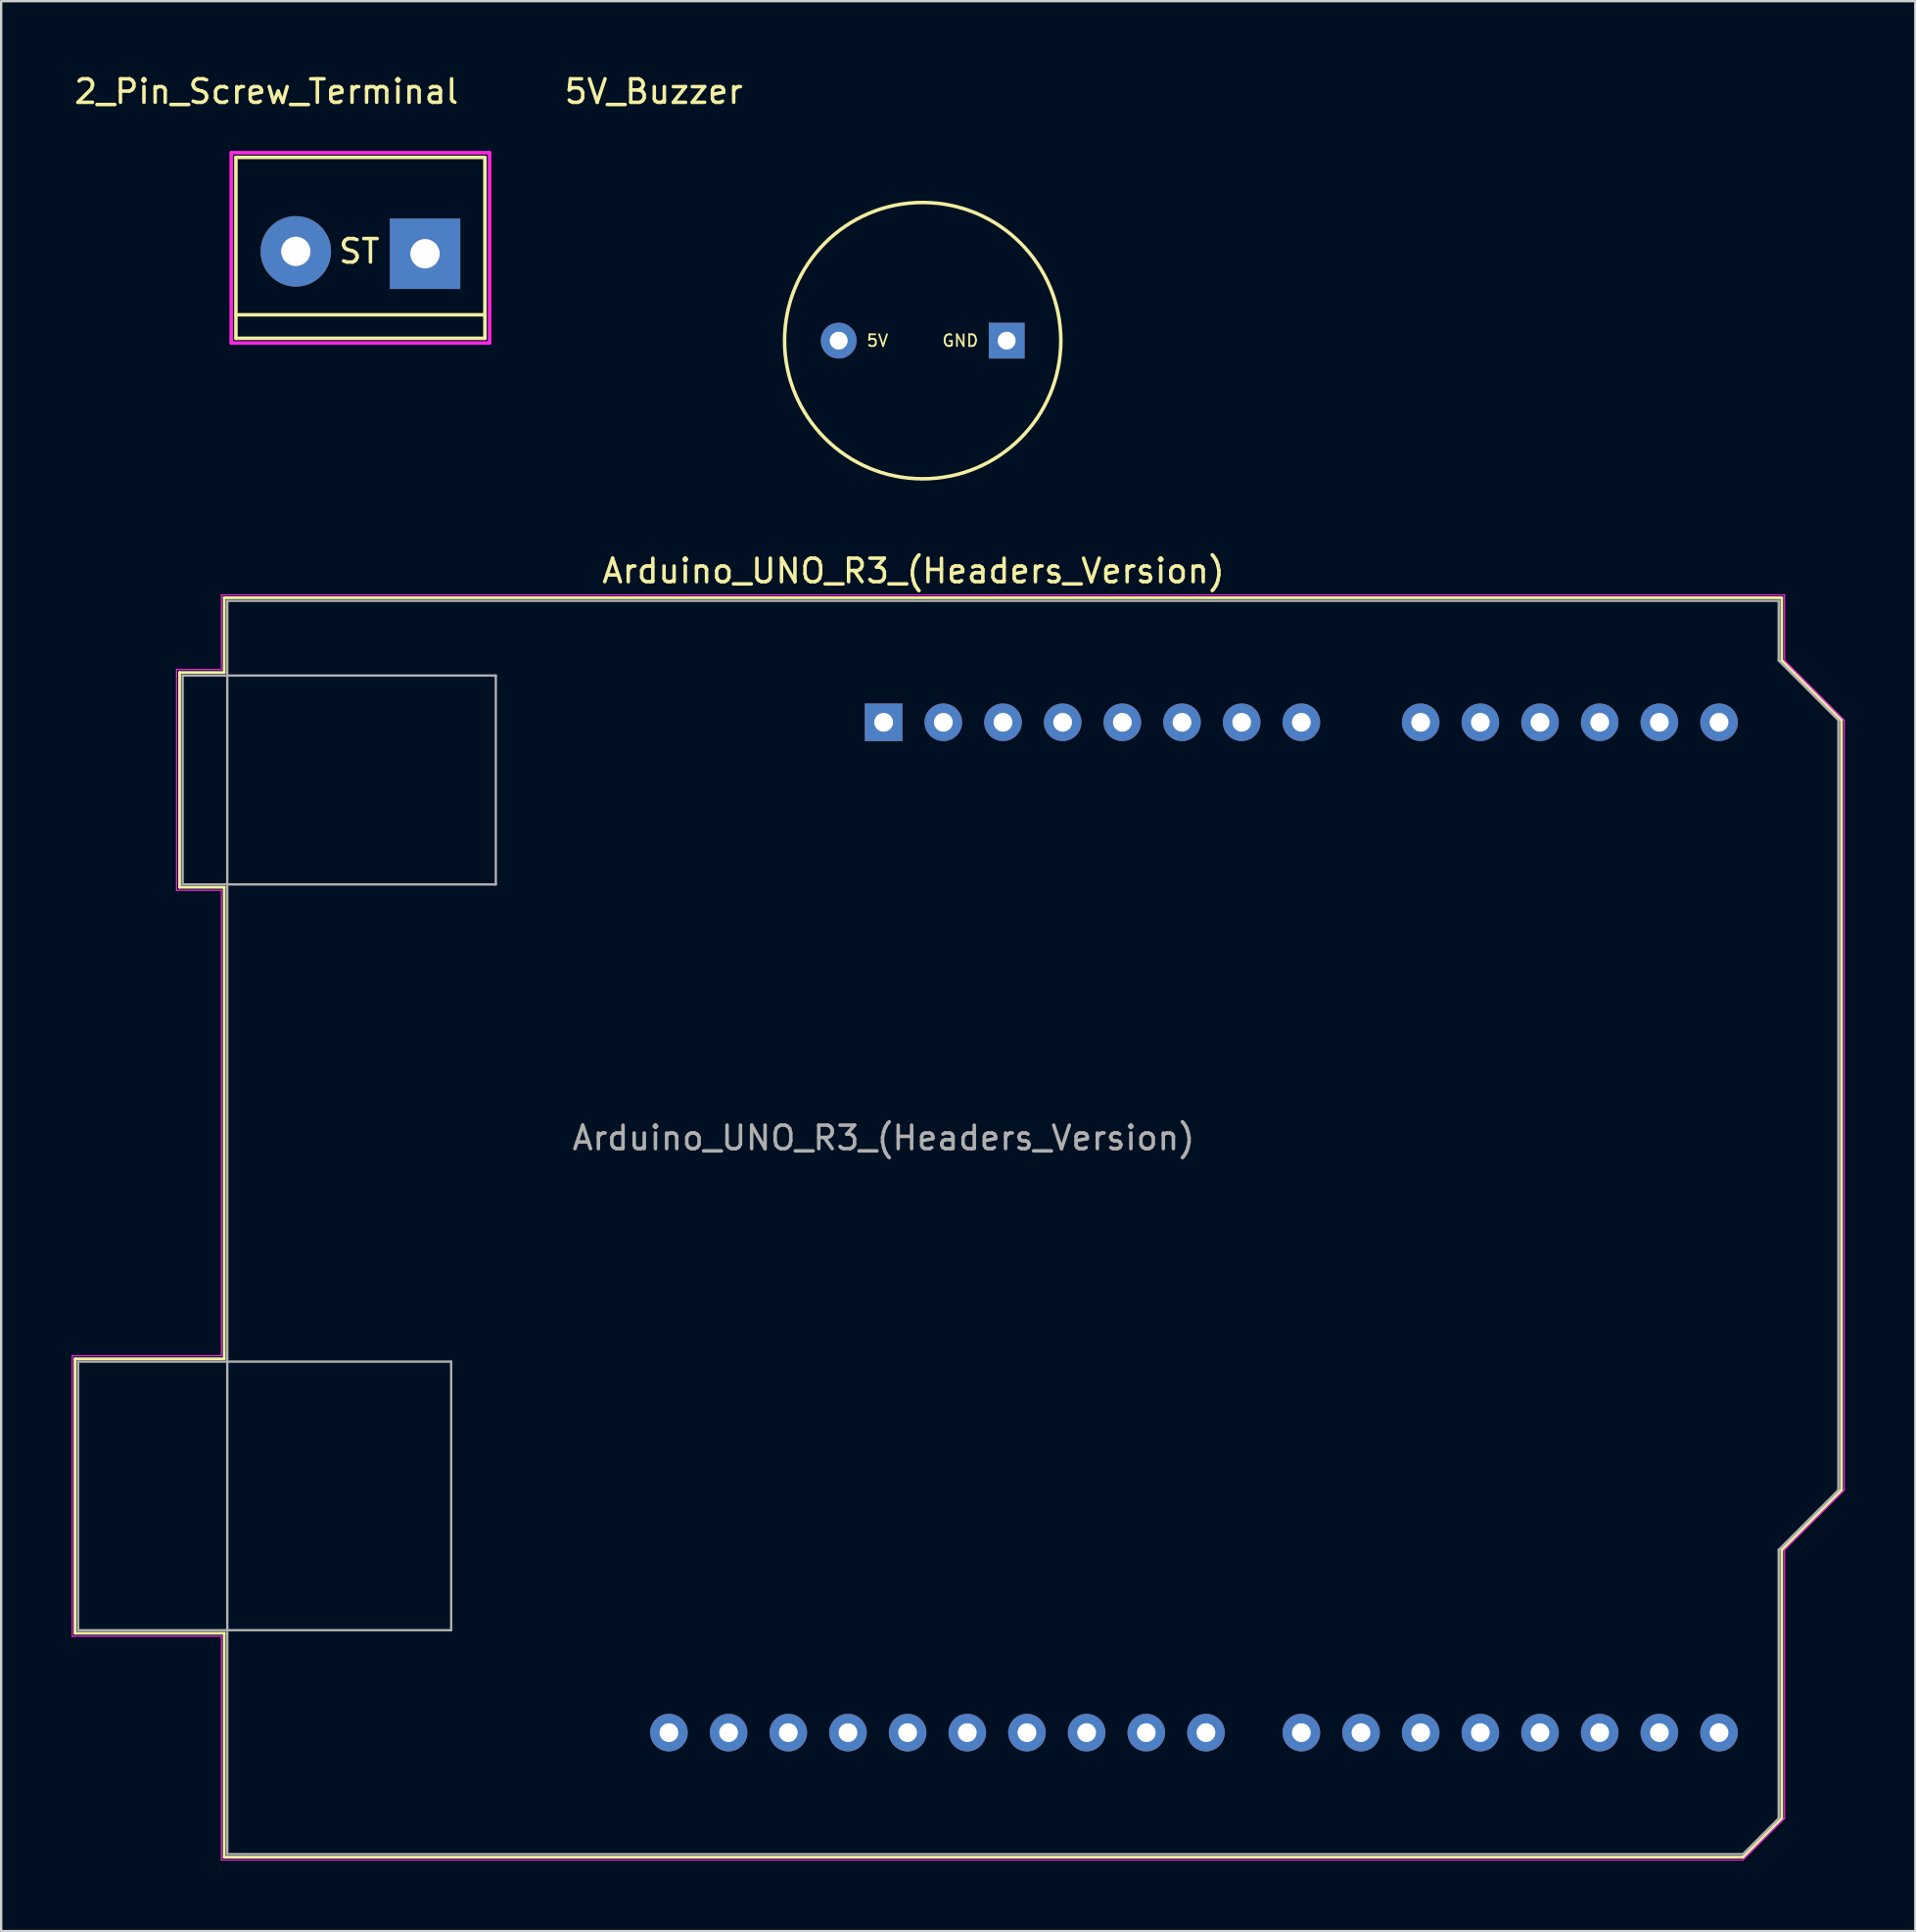
<source format=kicad_pcb>
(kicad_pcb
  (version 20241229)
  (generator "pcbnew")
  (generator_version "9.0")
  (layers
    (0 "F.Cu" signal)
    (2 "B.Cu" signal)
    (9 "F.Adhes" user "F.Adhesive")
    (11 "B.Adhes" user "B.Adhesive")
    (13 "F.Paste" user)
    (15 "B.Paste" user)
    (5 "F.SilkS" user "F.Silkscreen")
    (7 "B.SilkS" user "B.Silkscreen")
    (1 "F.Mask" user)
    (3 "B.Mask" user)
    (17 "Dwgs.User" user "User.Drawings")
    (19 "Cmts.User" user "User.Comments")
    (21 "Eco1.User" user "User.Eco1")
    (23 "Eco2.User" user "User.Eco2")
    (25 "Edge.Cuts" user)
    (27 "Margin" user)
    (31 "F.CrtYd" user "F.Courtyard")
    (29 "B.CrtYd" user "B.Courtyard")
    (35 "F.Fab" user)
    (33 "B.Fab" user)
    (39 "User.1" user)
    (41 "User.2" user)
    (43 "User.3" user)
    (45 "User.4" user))
  (footprint "5V_Buzzer"
    (layer "F.Cu")
    (at 36.227 11.448)
    (property "Reference" "5V_Buzzer" (at -11.45 -10.6 0) (layer "F.SilkS") (effects (font (size 1 1) (thickness 0.15))))
    (attr through_hole)
    (fp_circle (center 0 0) (end 5.88 0) (stroke (width 0.15) (type solid)) (fill no) (layer "F.SilkS"))
    (fp_text user "GND" (at 1.6 0 0) (layer "F.SilkS") (effects (font (size 0.5 0.5) (thickness 0.075))))
    (fp_text user "5V" (at -1.925 0 0) (layer "F.SilkS") (effects (font (size 0.5 0.5) (thickness 0.075))))
    (pad "1" thru_hole circle (at -3.575 0) (size 1.524 1.524) (drill 0.762) (layers "*.Cu" "*.Mask"))
    (pad "2" thru_hole rect (at 3.575 0) (size 1.524 1.524) (drill 0.762) (layers "*.Cu" "*.Mask")))
  (footprint "2_Pin_Screw_Terminal"
    (layer "F.Cu")
    (at 12.292 7.648)
    (property "Reference" "2_Pin_Screw_Terminal" (at -4 -6.8 180) (layer "F.SilkS") (effects (font (size 1 1) (thickness 0.15))))
    (attr through_hole)
    (fp_line (start -5.3 -4) (end 5.3 -4) (stroke (width 0.15) (type solid)) (layer "F.SilkS"))
    (fp_line (start -5.3 2.7) (end 5.3 2.7) (stroke (width 0.15) (type solid)) (layer "F.SilkS"))
    (fp_line (start -5.3 3.7) (end -5.3 -4) (stroke (width 0.15) (type solid)) (layer "F.SilkS"))
    (fp_line (start -5.3 3.7) (end 5.3 3.7) (stroke (width 0.15) (type solid)) (layer "F.SilkS"))
    (fp_line (start 5.3 3.7) (end 5.3 -4) (stroke (width 0.15) (type solid)) (layer "F.SilkS"))
    (fp_line (start -5.5 -4.2) (end 5.5 -4.2) (stroke (width 0.15) (type solid)) (layer "F.CrtYd"))
    (fp_line (start -5.5 3.9) (end -5.5 -4.2) (stroke (width 0.15) (type solid)) (layer "F.CrtYd"))
    (fp_line (start 5.5 -4.2) (end 5.5 3.9) (stroke (width 0.15) (type solid)) (layer "F.CrtYd"))
    (fp_line (start 5.5 3.9) (end -5.5 3.9) (stroke (width 0.15) (type solid)) (layer "F.CrtYd"))
    (fp_text user "ST" (at -0.05 0 180) (layer "F.SilkS") (effects (font (size 1 1) (thickness 0.15))))
    (pad "1" thru_hole circle (at -2.75 0) (size 3 3) (drill 1.25) (layers "*.Cu" "*.Mask"))
    (pad "2" thru_hole rect (at 2.75 0.1) (size 3 3) (drill 1.25) (layers "*.Cu" "*.Mask")))
  (footprint "Arduino_UNO_R3_(Headers_Version)"
    (layer "F.Cu")
    (at 34.565 25.061)
    (property "Reference" "Arduino_UNO_R3_(Headers_Version)" (at 1.27 -3.81 180) (layer "F.SilkS") (effects (font (size 1 1) (thickness 0.15))))
    (attr through_hole)
    (fp_line (start -34.42 29.72) (end -34.42 41.4) (stroke (width 0.12) (type solid)) (layer "F.SilkS"))
    (fp_line (start -34.42 41.4) (end -28.07 41.4) (stroke (width 0.12) (type solid)) (layer "F.SilkS"))
    (fp_line (start -29.97 0.51) (end -29.97 9.65) (stroke (width 0.12) (type solid)) (layer "F.SilkS"))
    (fp_line (start -29.97 9.65) (end -28.07 9.65) (stroke (width 0.12) (type solid)) (layer "F.SilkS"))
    (fp_line (start -28.07 -2.67) (end -28.07 0.51) (stroke (width 0.12) (type solid)) (layer "F.SilkS"))
    (fp_line (start -28.07 0.51) (end -29.97 0.51) (stroke (width 0.12) (type solid)) (layer "F.SilkS"))
    (fp_line (start -28.07 9.65) (end -28.07 29.72) (stroke (width 0.12) (type solid)) (layer "F.SilkS"))
    (fp_line (start -28.07 29.72) (end -34.42 29.72) (stroke (width 0.12) (type solid)) (layer "F.SilkS"))
    (fp_line (start -28.07 41.4) (end -28.07 50.93) (stroke (width 0.12) (type solid)) (layer "F.SilkS"))
    (fp_line (start -28.07 50.93) (end 36.58 50.93) (stroke (width 0.12) (type solid)) (layer "F.SilkS"))
    (fp_line (start 36.58 50.93) (end 38.23 49.28) (stroke (width 0.12) (type solid)) (layer "F.SilkS"))
    (fp_line (start 38.23 -2.67) (end -28.07 -2.67) (stroke (width 0.12) (type solid)) (layer "F.SilkS"))
    (fp_line (start 38.23 0) (end 38.23 -2.67) (stroke (width 0.12) (type solid)) (layer "F.SilkS"))
    (fp_line (start 38.23 37.85) (end 40.77 35.31) (stroke (width 0.12) (type solid)) (layer "F.SilkS"))
    (fp_line (start 38.23 49.28) (end 38.23 37.85) (stroke (width 0.12) (type solid)) (layer "F.SilkS"))
    (fp_line (start 40.77 2.54) (end 38.23 0) (stroke (width 0.12) (type solid)) (layer "F.SilkS"))
    (fp_line (start 40.77 35.31) (end 40.77 2.54) (stroke (width 0.12) (type solid)) (layer "F.SilkS"))
    (fp_line (start -34.54 29.59) (end -28.19 29.59) (stroke (width 0.05) (type solid)) (layer "F.CrtYd"))
    (fp_line (start -34.54 41.53) (end -34.54 29.59) (stroke (width 0.05) (type solid)) (layer "F.CrtYd"))
    (fp_line (start -30.1 0.38) (end -28.19 0.38) (stroke (width 0.05) (type solid)) (layer "F.CrtYd"))
    (fp_line (start -30.1 9.78) (end -30.1 0.38) (stroke (width 0.05) (type solid)) (layer "F.CrtYd"))
    (fp_line (start -28.19 -2.79) (end 38.35 -2.79) (stroke (width 0.05) (type solid)) (layer "F.CrtYd"))
    (fp_line (start -28.19 0.38) (end -28.19 -2.79) (stroke (width 0.05) (type solid)) (layer "F.CrtYd"))
    (fp_line (start -28.19 9.78) (end -30.1 9.78) (stroke (width 0.05) (type solid)) (layer "F.CrtYd"))
    (fp_line (start -28.19 29.59) (end -28.19 9.78) (stroke (width 0.05) (type solid)) (layer "F.CrtYd"))
    (fp_line (start -28.19 41.53) (end -34.54 41.53) (stroke (width 0.05) (type solid)) (layer "F.CrtYd"))
    (fp_line (start -28.19 51.05) (end -28.19 41.53) (stroke (width 0.05) (type solid)) (layer "F.CrtYd"))
    (fp_line (start 36.58 51.05) (end -28.19 51.05) (stroke (width 0.05) (type solid)) (layer "F.CrtYd"))
    (fp_line (start 38.35 -2.79) (end 38.35 0) (stroke (width 0.05) (type solid)) (layer "F.CrtYd"))
    (fp_line (start 38.35 0) (end 40.89 2.54) (stroke (width 0.05) (type solid)) (layer "F.CrtYd"))
    (fp_line (start 38.35 37.85) (end 38.35 49.28) (stroke (width 0.05) (type solid)) (layer "F.CrtYd"))
    (fp_line (start 38.35 49.28) (end 36.58 51.05) (stroke (width 0.05) (type solid)) (layer "F.CrtYd"))
    (fp_line (start 40.89 2.54) (end 40.89 35.31) (stroke (width 0.05) (type solid)) (layer "F.CrtYd"))
    (fp_line (start 40.89 35.31) (end 38.35 37.85) (stroke (width 0.05) (type solid)) (layer "F.CrtYd"))
    (fp_line (start -34.29 29.84) (end -18.41 29.84) (stroke (width 0.1) (type solid)) (layer "F.Fab"))
    (fp_line (start -34.29 41.27) (end -34.29 29.84) (stroke (width 0.1) (type solid)) (layer "F.Fab"))
    (fp_line (start -29.84 0.64) (end -16.51 0.64) (stroke (width 0.1) (type solid)) (layer "F.Fab"))
    (fp_line (start -29.84 9.53) (end -29.84 0.64) (stroke (width 0.1) (type solid)) (layer "F.Fab"))
    (fp_line (start -27.94 -2.54) (end 38.1 -2.54) (stroke (width 0.1) (type solid)) (layer "F.Fab"))
    (fp_line (start -27.94 50.8) (end -27.94 -2.54) (stroke (width 0.1) (type solid)) (layer "F.Fab"))
    (fp_line (start -18.41 29.84) (end -18.41 41.27) (stroke (width 0.1) (type solid)) (layer "F.Fab"))
    (fp_line (start -18.41 41.27) (end -34.29 41.27) (stroke (width 0.1) (type solid)) (layer "F.Fab"))
    (fp_line (start -16.51 0.64) (end -16.51 9.53) (stroke (width 0.1) (type solid)) (layer "F.Fab"))
    (fp_line (start -16.51 9.53) (end -29.84 9.53) (stroke (width 0.1) (type solid)) (layer "F.Fab"))
    (fp_line (start 36.58 50.8) (end -27.94 50.8) (stroke (width 0.1) (type solid)) (layer "F.Fab"))
    (fp_line (start 38.1 -2.54) (end 38.1 0) (stroke (width 0.1) (type solid)) (layer "F.Fab"))
    (fp_line (start 38.1 0) (end 40.64 2.54) (stroke (width 0.1) (type solid)) (layer "F.Fab"))
    (fp_line (start 38.1 37.85) (end 38.1 49.28) (stroke (width 0.1) (type solid)) (layer "F.Fab"))
    (fp_line (start 38.1 49.28) (end 36.58 50.8) (stroke (width 0.1) (type solid)) (layer "F.Fab"))
    (fp_line (start 40.64 2.54) (end 40.64 35.31) (stroke (width 0.1) (type solid)) (layer "F.Fab"))
    (fp_line (start 40.64 35.31) (end 38.1 37.85) (stroke (width 0.1) (type solid)) (layer "F.Fab"))
    (fp_text user "${REFERENCE}" (at 0 20.32 180) (layer "F.Fab") (effects (font (size 1 1) (thickness 0.15))))
    (pad "1" thru_hole rect (at 0 2.63 90) (size 1.6 1.6) (drill 0.8) (layers "*.Cu" "*.Mask"))
    (pad "2" thru_hole oval (at 2.54 2.63 90) (size 1.6 1.6) (drill 0.8) (layers "*.Cu" "*.Mask"))
    (pad "3" thru_hole oval (at 5.08 2.63 90) (size 1.6 1.6) (drill 0.8) (layers "*.Cu" "*.Mask"))
    (pad "4" thru_hole oval (at 7.62 2.63 90) (size 1.6 1.6) (drill 0.8) (layers "*.Cu" "*.Mask"))
    (pad "5" thru_hole oval (at 10.16 2.63 90) (size 1.6 1.6) (drill 0.8) (layers "*.Cu" "*.Mask"))
    (pad "6" thru_hole oval (at 12.7 2.63 90) (size 1.6 1.6) (drill 0.8) (layers "*.Cu" "*.Mask"))
    (pad "7" thru_hole oval (at 15.24 2.63 90) (size 1.6 1.6) (drill 0.8) (layers "*.Cu" "*.Mask"))
    (pad "8" thru_hole oval (at 17.78 2.63 90) (size 1.6 1.6) (drill 0.8) (layers "*.Cu" "*.Mask"))
    (pad "9" thru_hole oval (at 22.86 2.63 90) (size 1.6 1.6) (drill 0.8) (layers "*.Cu" "*.Mask"))
    (pad "10" thru_hole oval (at 25.4 2.63 90) (size 1.6 1.6) (drill 0.8) (layers "*.Cu" "*.Mask"))
    (pad "11" thru_hole oval (at 27.94 2.63 90) (size 1.6 1.6) (drill 0.8) (layers "*.Cu" "*.Mask"))
    (pad "12" thru_hole oval (at 30.48 2.63 90) (size 1.6 1.6) (drill 0.8) (layers "*.Cu" "*.Mask"))
    (pad "13" thru_hole oval (at 33.02 2.63 90) (size 1.6 1.6) (drill 0.8) (layers "*.Cu" "*.Mask"))
    (pad "14" thru_hole oval (at 35.56 2.63 90) (size 1.6 1.6) (drill 0.8) (layers "*.Cu" "*.Mask"))
    (pad "15" thru_hole oval (at 35.56 45.63 90) (size 1.6 1.6) (drill 0.8) (layers "*.Cu" "*.Mask"))
    (pad "16" thru_hole oval (at 33.02 45.63 90) (size 1.6 1.6) (drill 0.8) (layers "*.Cu" "*.Mask"))
    (pad "17" thru_hole oval (at 30.48 45.63 90) (size 1.6 1.6) (drill 0.8) (layers "*.Cu" "*.Mask"))
    (pad "18" thru_hole oval (at 27.94 45.63 90) (size 1.6 1.6) (drill 0.8) (layers "*.Cu" "*.Mask"))
    (pad "19" thru_hole oval (at 25.4 45.63 90) (size 1.6 1.6) (drill 0.8) (layers "*.Cu" "*.Mask"))
    (pad "20" thru_hole oval (at 22.86 45.63 90) (size 1.6 1.6) (drill 0.8) (layers "*.Cu" "*.Mask"))
    (pad "21" thru_hole oval (at 20.32 45.63 90) (size 1.6 1.6) (drill 0.8) (layers "*.Cu" "*.Mask"))
    (pad "22" thru_hole oval (at 17.78 45.63 90) (size 1.6 1.6) (drill 0.8) (layers "*.Cu" "*.Mask"))
    (pad "23" thru_hole oval (at 13.72 45.63 90) (size 1.6 1.6) (drill 0.8) (layers "*.Cu" "*.Mask"))
    (pad "24" thru_hole oval (at 11.18 45.63 90) (size 1.6 1.6) (drill 0.8) (layers "*.Cu" "*.Mask"))
    (pad "25" thru_hole oval (at 8.64 45.63 90) (size 1.6 1.6) (drill 0.8) (layers "*.Cu" "*.Mask"))
    (pad "26" thru_hole oval (at 6.1 45.63 90) (size 1.6 1.6) (drill 0.8) (layers "*.Cu" "*.Mask"))
    (pad "27" thru_hole oval (at 3.56 45.63 90) (size 1.6 1.6) (drill 0.8) (layers "*.Cu" "*.Mask"))
    (pad "28" thru_hole oval (at 1.02 45.63 90) (size 1.6 1.6) (drill 0.8) (layers "*.Cu" "*.Mask"))
    (pad "29" thru_hole oval (at -1.52 45.63 90) (size 1.6 1.6) (drill 0.8) (layers "*.Cu" "*.Mask"))
    (pad "30" thru_hole oval (at -4.06 45.63 90) (size 1.6 1.6) (drill 0.8) (layers "*.Cu" "*.Mask"))
    (pad "31" thru_hole oval (at -6.6 45.63 90) (size 1.6 1.6) (drill 0.8) (layers "*.Cu" "*.Mask"))
    (pad "32" thru_hole oval (at -9.14 45.63 90) (size 1.6 1.6) (drill 0.8) (layers "*.Cu" "*.Mask")))
  (gr_rect
    (start -3 -3)
    (end 78.48 79.136)
    (stroke (width 0.1) (type default))
    (fill no)
    (layer "Edge.Cuts")))
</source>
